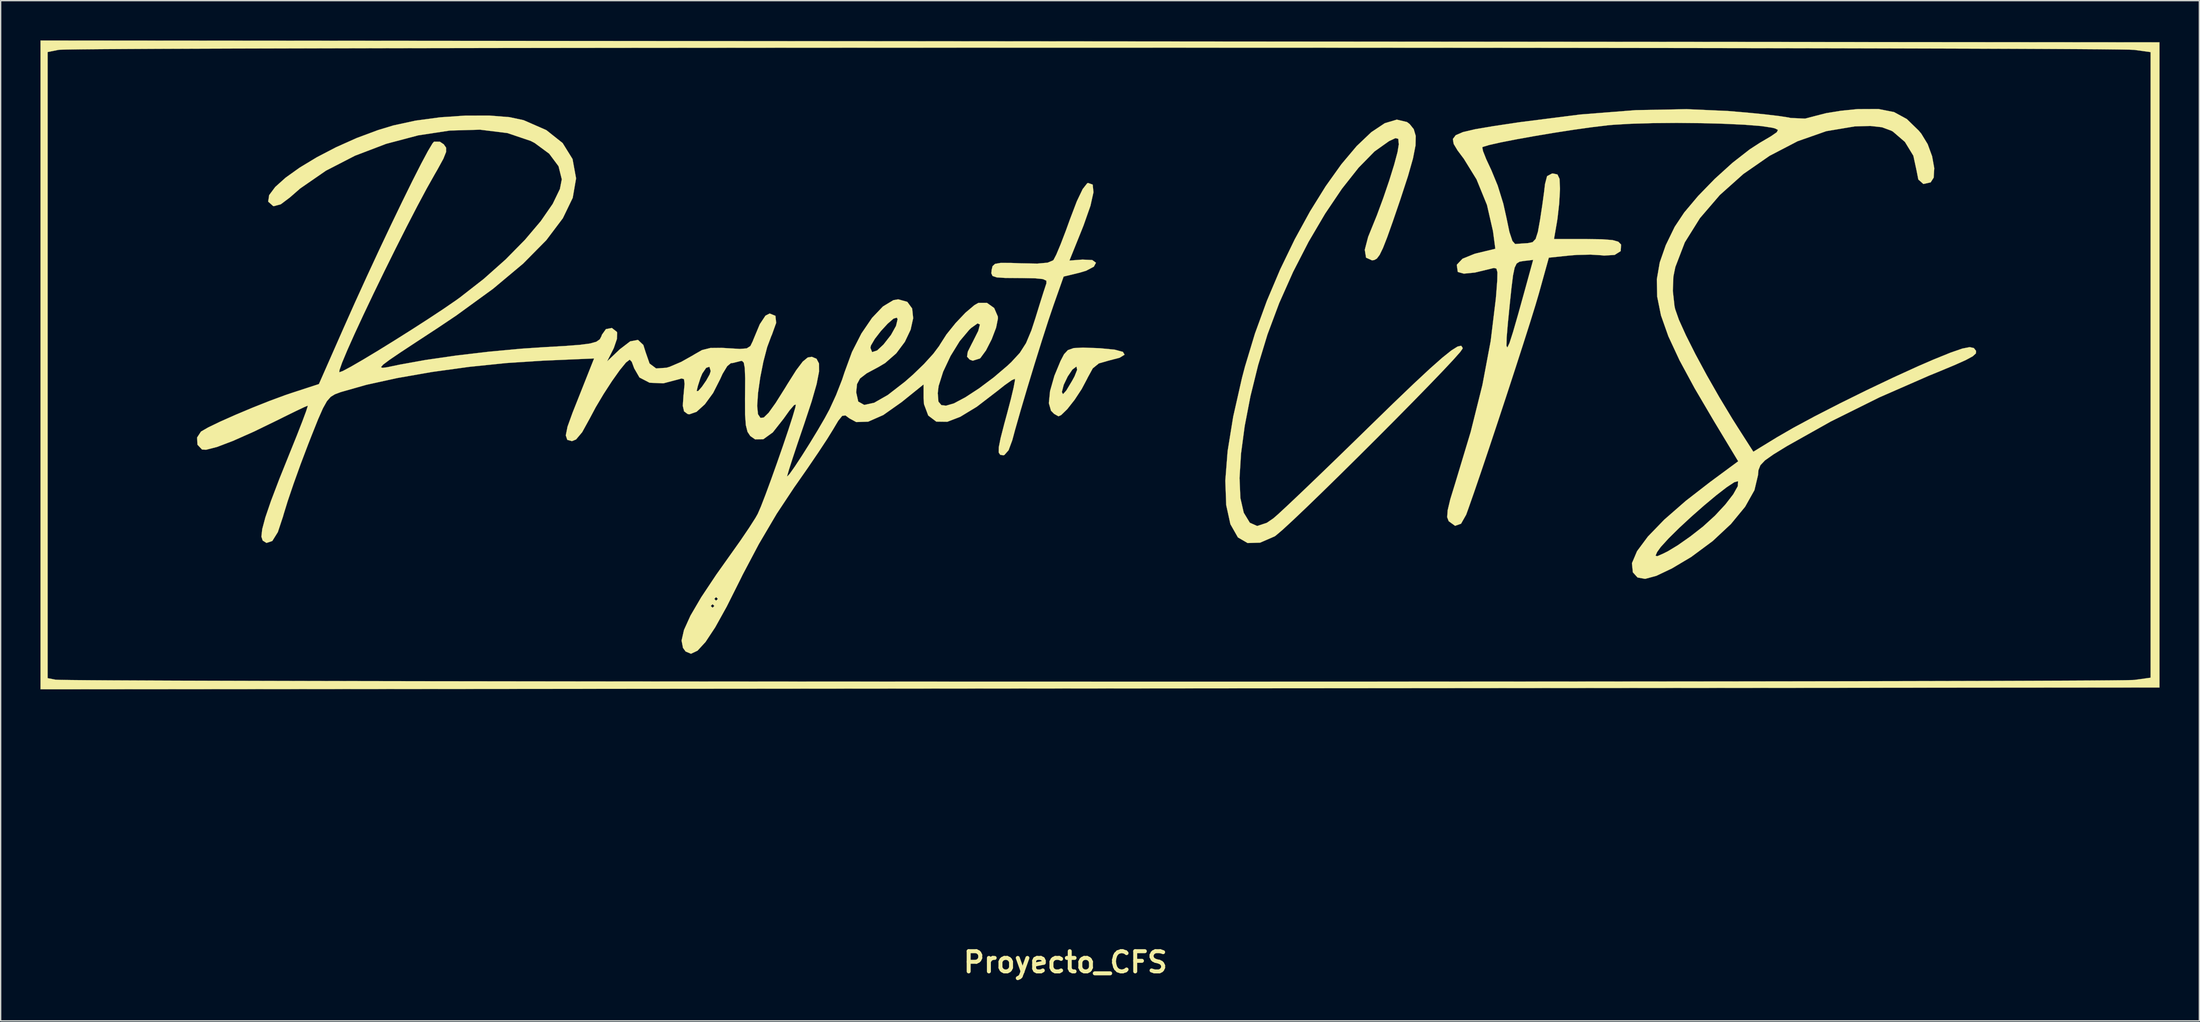
<source format=kicad_pcb>
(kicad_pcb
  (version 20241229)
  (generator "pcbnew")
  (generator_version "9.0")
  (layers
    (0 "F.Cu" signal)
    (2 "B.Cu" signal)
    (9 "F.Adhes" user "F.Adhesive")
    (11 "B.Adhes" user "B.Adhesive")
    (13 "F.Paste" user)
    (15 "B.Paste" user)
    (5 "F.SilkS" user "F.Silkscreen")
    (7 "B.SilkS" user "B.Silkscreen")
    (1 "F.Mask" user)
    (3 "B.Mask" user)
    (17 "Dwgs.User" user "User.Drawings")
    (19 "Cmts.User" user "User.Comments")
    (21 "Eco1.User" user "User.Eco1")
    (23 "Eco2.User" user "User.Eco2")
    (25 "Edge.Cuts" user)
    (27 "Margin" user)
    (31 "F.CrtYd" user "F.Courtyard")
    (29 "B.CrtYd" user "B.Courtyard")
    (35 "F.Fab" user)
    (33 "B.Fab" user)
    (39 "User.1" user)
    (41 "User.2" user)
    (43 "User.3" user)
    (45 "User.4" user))
  (footprint "Proyecto_CFS"
    (layer "F.Cu")
    (at 77.274 69.522)
    (property "Reference" "Proyecto_CFS" (at 0 0 0) (layer "F.SilkS") (effects (font (size 1.524 1.524) (thickness 0.3))))
    (attr through_hole)
    (fp_poly (pts (xy 2.422 -46.317) (xy 2.622 -46.308) (xy 3.717 -46.202) (xy 4.335 -46.033) (xy 4.463 -45.822) (xy 4.086 -45.591) (xy 3.261 -45.376) (xy 2.522 -45.165) (xy 2.063 -44.793) (xy 1.677 -44.089) (xy 1.653 -44.034) (xy 1.229 -43.234) (xy 0.692 -42.417) (xy 0.142 -41.719) (xy -0.319 -41.27) (xy -0.526 -41.175) (xy -0.85 -41.357) (xy -1.087 -41.596) (xy -1.25 -42.166) (xy -1.167 -42.993) (xy -0.263 -42.993) (xy -0.182 -42.844) (xy 0.068 -43.124) (xy 0.508 -43.859) (xy 0.685 -44.183) (xy 0.884 -44.684) (xy 0.834 -44.916) (xy 0.816 -44.918) (xy 0.525 -44.699) (xy 0.172 -44.175) (xy -0.128 -43.549) (xy -0.263 -43.021) (xy -0.263 -42.993) (xy -1.167 -42.993) (xy -1.158 -43.082) (xy -0.831 -44.234) (xy -0.367 -45.354) (xy -0.104 -45.858) (xy 0.184 -46.167) (xy 0.619 -46.32) (xy 1.324 -46.358) (xy 2.422 -46.317)) (stroke (width 0.01) (type solid)) (fill yes) (layer "F.SilkS"))
    (fp_poly (pts (xy 82.483 -69.382) (xy 82.483 -20.721) (xy -77.269 -20.586) (xy -77.269 -68.647) (xy -76.735 -68.647) (xy -76.735 -21.427) (xy -76.133 -21.311) (xy -75.8 -21.298) (xy -74.958 -21.285) (xy -73.632 -21.273) (xy -71.849 -21.261) (xy -69.634 -21.251) (xy -67.013 -21.24) (xy -64.012 -21.231) (xy -60.657 -21.222) (xy -56.972 -21.213) (xy -52.985 -21.205) (xy -48.72 -21.198) (xy -44.204 -21.192) (xy -39.462 -21.186) (xy -34.52 -21.18) (xy -29.404 -21.176) (xy -24.139 -21.172) (xy -18.751 -21.168) (xy -13.266 -21.166) (xy -7.71 -21.163) (xy -2.108 -21.162) (xy 3.513 -21.161) (xy 9.129 -21.161) (xy 14.713 -21.161) (xy 20.24 -21.163) (xy 25.683 -21.164) (xy 31.018 -21.167) (xy 36.218 -21.17) (xy 41.257 -21.174) (xy 46.111 -21.178) (xy 50.752 -21.183) (xy 55.156 -21.189) (xy 59.297 -21.196) (xy 63.148 -21.203) (xy 66.685 -21.211) (xy 69.881 -21.219) (xy 72.711 -21.229) (xy 75.148 -21.239) (xy 77.168 -21.249) (xy 78.744 -21.261) (xy 79.851 -21.273) (xy 80.463 -21.286) (xy 80.574 -21.292) (xy 81.815 -21.462) (xy 81.815 -68.641) (xy 80.574 -68.811) (xy 80.196 -68.827) (xy 79.31 -68.841) (xy 77.942 -68.856) (xy 76.12 -68.869) (xy 73.867 -68.881) (xy 71.21 -68.893) (xy 68.176 -68.904) (xy 64.789 -68.914) (xy 61.075 -68.924) (xy 57.06 -68.933) (xy 52.771 -68.941) (xy 48.232 -68.948) (xy 43.47 -68.954) (xy 38.51 -68.96) (xy 33.379 -68.965) (xy 28.102 -68.969) (xy 22.704 -68.972) (xy 17.212 -68.975) (xy 11.651 -68.976) (xy 6.048 -68.977) (xy 0.427 -68.978) (xy -5.185 -68.977) (xy -10.762 -68.976) (xy -16.279 -68.974) (xy -21.709 -68.971) (xy -27.028 -68.967) (xy -32.209 -68.963) (xy -37.226 -68.958) (xy -42.054 -68.952) (xy -46.667 -68.945) (xy -51.039 -68.938) (xy -55.144 -68.929) (xy -58.956 -68.92) (xy -62.45 -68.911) (xy -65.6 -68.9) (xy -68.38 -68.889) (xy -70.764 -68.876) (xy -72.727 -68.864) (xy -74.243 -68.85) (xy -75.285 -68.835) (xy -75.828 -68.82) (xy -75.899 -68.814) (xy -76.735 -68.647) (xy -77.269 -68.647) (xy -77.269 -69.517) (xy 82.483 -69.382)) (stroke (width 0.01) (type solid)) (fill yes) (layer "F.SilkS"))
    (fp_poly (pts (xy 25.749 -63.37) (xy 25.953 -63.216) (xy 26.262 -62.83) (xy 26.413 -62.317) (xy 26.396 -61.605) (xy 26.204 -60.62) (xy 25.826 -59.289) (xy 25.254 -57.539) (xy 25.241 -57.5) (xy 24.684 -55.871) (xy 24.261 -54.682) (xy 23.941 -53.865) (xy 23.691 -53.35) (xy 23.48 -53.07) (xy 23.275 -52.956) (xy 23.11 -52.939) (xy 22.665 -53.14) (xy 22.568 -53.733) (xy 22.821 -54.704) (xy 23.001 -55.15) (xy 23.481 -56.332) (xy 23.965 -57.643) (xy 24.413 -58.958) (xy 24.784 -60.153) (xy 25.038 -61.102) (xy 25.133 -61.682) (xy 25.133 -61.685) (xy 25.096 -62.1) (xy 24.884 -62.155) (xy 24.397 -61.928) (xy 23.305 -61.151) (xy 22.107 -59.931) (xy 20.85 -58.341) (xy 19.577 -56.453) (xy 18.333 -54.337) (xy 17.165 -52.065) (xy 16.116 -49.709) (xy 15.233 -47.346) (xy 14.524 -45.016) (xy 13.949 -42.686) (xy 13.516 -40.439) (xy 13.239 -38.356) (xy 13.127 -36.52) (xy 13.191 -35.013) (xy 13.442 -33.918) (xy 13.454 -33.889) (xy 13.903 -33.149) (xy 14.458 -32.903) (xy 15.18 -33.141) (xy 15.672 -33.476) (xy 16.046 -33.802) (xy 16.749 -34.454) (xy 17.731 -35.383) (xy 18.938 -36.539) (xy 20.321 -37.874) (xy 21.826 -39.337) (xy 22.805 -40.293) (xy 24.691 -42.13) (xy 26.233 -43.608) (xy 27.462 -44.753) (xy 28.407 -45.59) (xy 29.097 -46.143) (xy 29.564 -46.437) (xy 29.835 -46.498) (xy 29.941 -46.35) (xy 29.945 -46.282) (xy 29.762 -46.022) (xy 29.246 -45.441) (xy 28.449 -44.591) (xy 27.423 -43.523) (xy 26.218 -42.288) (xy 24.888 -40.939) (xy 23.482 -39.527) (xy 22.052 -38.102) (xy 20.651 -36.717) (xy 19.329 -35.423) (xy 18.138 -34.271) (xy 17.13 -33.314) (xy 16.356 -32.601) (xy 15.867 -32.186) (xy 15.775 -32.121) (xy 14.679 -31.645) (xy 13.734 -31.617) (xy 13.008 -32.039) (xy 13.001 -32.047) (xy 12.438 -33.038) (xy 12.123 -34.472) (xy 12.054 -36.321) (xy 12.229 -38.555) (xy 12.648 -41.144) (xy 13.309 -44.06) (xy 13.534 -44.918) (xy 14.288 -47.415) (xy 15.184 -49.875) (xy 16.193 -52.258) (xy 17.288 -54.522) (xy 18.44 -56.625) (xy 19.621 -58.526) (xy 20.804 -60.184) (xy 21.959 -61.556) (xy 23.06 -62.603) (xy 24.077 -63.281) (xy 24.983 -63.551) (xy 25.749 -63.37)) (stroke (width 0.01) (type solid)) (fill yes) (layer "F.SilkS"))
    (fp_poly (pts (xy 62.469 -64.121) (xy 63.435 -63.595) (xy 64.337 -62.718) (xy 64.527 -62.489) (xy 65.008 -61.7) (xy 65.344 -60.78) (xy 65.504 -59.886) (xy 65.459 -59.171) (xy 65.233 -58.818) (xy 64.683 -58.695) (xy 64.302 -59.032) (xy 64.167 -59.719) (xy 63.927 -60.827) (xy 63.291 -61.869) (xy 62.384 -62.649) (xy 62.26 -62.717) (xy 61.563 -62.974) (xy 60.683 -63.073) (xy 59.508 -63.039) (xy 57.363 -62.679) (xy 55.2 -61.92) (xy 53.091 -60.823) (xy 51.111 -59.45) (xy 49.336 -57.863) (xy 47.84 -56.123) (xy 46.697 -54.292) (xy 45.983 -52.433) (xy 45.837 -51.718) (xy 45.794 -50.638) (xy 45.921 -49.485) (xy 45.97 -49.259) (xy 46.254 -48.451) (xy 46.779 -47.289) (xy 47.494 -45.867) (xy 48.35 -44.279) (xy 49.296 -42.62) (xy 50.282 -40.984) (xy 50.71 -40.307) (xy 51.864 -38.504) (xy 53.652 -39.598) (xy 54.908 -40.323) (xy 56.533 -41.196) (xy 58.406 -42.156) (xy 60.403 -43.142) (xy 62.402 -44.094) (xy 64.28 -44.951) (xy 65.446 -45.456) (xy 66.735 -45.979) (xy 67.62 -46.285) (xy 68.176 -46.393) (xy 68.478 -46.326) (xy 68.507 -46.301) (xy 68.657 -46.106) (xy 68.643 -45.919) (xy 68.404 -45.701) (xy 67.877 -45.415) (xy 67 -45.023) (xy 65.712 -44.487) (xy 65.104 -44.239) (xy 61.371 -42.605) (xy 57.702 -40.783) (xy 54.395 -38.926) (xy 53.381 -38.303) (xy 52.745 -37.854) (xy 52.398 -37.489) (xy 52.25 -37.119) (xy 52.215 -36.732) (xy 51.947 -35.604) (xy 51.245 -34.354) (xy 50.173 -33.051) (xy 48.796 -31.765) (xy 47.179 -30.567) (xy 45.73 -29.705) (xy 44.548 -29.142) (xy 43.705 -28.915) (xy 43.134 -29.018) (xy 42.78 -29.408) (xy 42.71 -30.096) (xy 42.95 -30.662) (xy 44.492 -30.662) (xy 44.623 -30.625) (xy 45.093 -30.833) (xy 45.417 -30.996) (xy 46.165 -31.448) (xy 47.112 -32.112) (xy 48.054 -32.848) (xy 48.075 -32.865) (xy 48.967 -33.678) (xy 49.749 -34.519) (xy 50.349 -35.295) (xy 50.694 -35.91) (xy 50.712 -36.271) (xy 50.704 -36.28) (xy 50.428 -36.204) (xy 49.855 -35.826) (xy 49.07 -35.219) (xy 48.156 -34.456) (xy 47.196 -33.611) (xy 46.275 -32.758) (xy 45.477 -31.97) (xy 44.885 -31.32) (xy 44.608 -30.936) (xy 44.492 -30.662) (xy 42.95 -30.662) (xy 43.094 -31.003) (xy 43.912 -32.104) (xy 45.143 -33.377) (xy 46.765 -34.794) (xy 48.583 -36.204) (xy 50.721 -37.783) (xy 48.892 -40.816) (xy 47.44 -43.286) (xy 46.3 -45.395) (xy 45.457 -47.207) (xy 44.899 -48.787) (xy 44.614 -50.199) (xy 44.587 -51.508) (xy 44.806 -52.777) (xy 45.257 -54.072) (xy 45.929 -55.457) (xy 45.929 -55.459) (xy 46.648 -56.541) (xy 47.696 -57.788) (xy 48.95 -59.078) (xy 50.287 -60.291) (xy 51.585 -61.304) (xy 52.345 -61.797) (xy 53.195 -62.298) (xy 53.634 -62.602) (xy 53.717 -62.776) (xy 53.498 -62.886) (xy 53.279 -62.941) (xy 52.456 -63.065) (xy 51.212 -63.164) (xy 49.661 -63.237) (xy 47.917 -63.283) (xy 46.093 -63.3) (xy 44.304 -63.286) (xy 42.664 -63.239) (xy 41.285 -63.158) (xy 40.893 -63.122) (xy 39.713 -62.981) (xy 38.334 -62.788) (xy 36.857 -62.559) (xy 35.38 -62.312) (xy 34.003 -62.064) (xy 32.828 -61.834) (xy 31.953 -61.638) (xy 31.478 -61.494) (xy 31.43 -61.464) (xy 31.481 -61.186) (xy 31.726 -60.566) (xy 32.112 -59.738) (xy 32.119 -59.723) (xy 32.591 -58.575) (xy 33.012 -57.217) (xy 33.257 -56.121) (xy 33.474 -55.077) (xy 33.701 -54.398) (xy 33.907 -54.169) (xy 34.412 -54.206) (xy 34.867 -54.236) (xy 35.218 -54.308) (xy 35.449 -54.55) (xy 35.619 -55.081) (xy 35.788 -56.019) (xy 35.797 -56.081) (xy 35.957 -57.14) (xy 36.088 -58.101) (xy 36.156 -58.687) (xy 36.311 -59.287) (xy 36.686 -59.487) (xy 36.763 -59.489) (xy 37.096 -59.413) (xy 37.251 -59.091) (xy 37.286 -58.388) (xy 37.286 -58.286) (xy 37.227 -57.226) (xy 37.098 -56.084) (xy 37.055 -55.813) (xy 36.836 -54.543) (xy 39.281 -54.543) (xy 40.482 -54.527) (xy 41.248 -54.466) (xy 41.68 -54.345) (xy 41.877 -54.146) (xy 41.891 -54.115) (xy 41.864 -53.634) (xy 41.408 -53.346) (xy 40.606 -53.296) (xy 40.392 -53.321) (xy 39.592 -53.369) (xy 38.557 -53.345) (xy 37.961 -53.297) (xy 36.446 -53.139) (xy 35.694 -50.432) (xy 35.432 -49.543) (xy 35.028 -48.241) (xy 34.512 -46.62) (xy 33.916 -44.773) (xy 33.271 -42.795) (xy 32.606 -40.778) (xy 31.954 -38.816) (xy 31.344 -37.003) (xy 30.807 -35.432) (xy 30.374 -34.197) (xy 30.214 -33.755) (xy 29.828 -33.075) (xy 29.378 -32.915) (xy 28.896 -33.263) (xy 28.781 -33.564) (xy 28.816 -34.084) (xy 29.015 -34.918) (xy 29.39 -36.138) (xy 30.555 -40.003) (xy 31.437 -43.538) (xy 31.994 -46.499) (xy 33.25 -46.499) (xy 33.317 -46.36) (xy 33.48 -46.704) (xy 33.748 -47.54) (xy 34.133 -48.876) (xy 34.616 -50.616) (xy 35.264 -52.972) (xy 34.546 -52.888) (xy 34.236 -52.835) (xy 34.02 -52.699) (xy 33.868 -52.386) (xy 33.747 -51.805) (xy 33.629 -50.862) (xy 33.51 -49.731) (xy 33.357 -48.193) (xy 33.266 -47.113) (xy 33.25 -46.499) (xy 31.994 -46.499) (xy 32.061 -46.854) (xy 32.45 -50.059) (xy 32.476 -50.367) (xy 32.556 -51.415) (xy 32.57 -52.03) (xy 32.494 -52.313) (xy 32.305 -52.363) (xy 32.032 -52.295) (xy 30.875 -52.016) (xy 30.036 -51.934) (xy 29.598 -52.056) (xy 29.577 -52.083) (xy 29.505 -52.603) (xy 29.937 -53.06) (xy 30.845 -53.429) (xy 31.065 -53.486) (xy 32.411 -53.809) (xy 32.236 -55.134) (xy 31.781 -57.118) (xy 30.994 -59.046) (xy 30.038 -60.595) (xy 29.563 -61.229) (xy 29.27 -61.716) (xy 29.208 -62.087) (xy 29.425 -62.375) (xy 29.971 -62.611) (xy 30.895 -62.828) (xy 32.245 -63.057) (xy 34.071 -63.331) (xy 34.251 -63.358) (xy 38.831 -63.939) (xy 43.004 -64.266) (xy 46.834 -64.34) (xy 49.931 -64.203) (xy 51.396 -64.08) (xy 52.732 -63.948) (xy 53.817 -63.82) (xy 54.532 -63.709) (xy 54.677 -63.675) (xy 55.765 -63.627) (xy 56.548 -63.832) (xy 57.347 -64.037) (xy 58.455 -64.217) (xy 59.644 -64.338) (xy 59.757 -64.345) (xy 61.292 -64.352) (xy 62.469 -64.121)) (stroke (width 0.01) (type solid)) (fill yes) (layer "F.SilkS"))
    (fp_poly (pts (xy -41.903 -63.735) (xy -40.847 -63.509) (xy -39.135 -62.76) (xy -37.906 -61.784) (xy -37.159 -60.58) (xy -36.897 -59.151) (xy -36.897 -59.088) (xy -37.144 -57.655) (xy -37.889 -56.113) (xy -39.136 -54.459) (xy -40.888 -52.687) (xy -43.148 -50.795) (xy -45.922 -48.778) (xy -47.324 -47.837) (xy -48.934 -46.783) (xy -50.133 -45.993) (xy -50.955 -45.435) (xy -51.434 -45.077) (xy -51.603 -44.885) (xy -51.497 -44.829) (xy -51.149 -44.873) (xy -50.594 -44.988) (xy -50.195 -45.072) (xy -48.24 -45.425) (xy -45.935 -45.758) (xy -43.464 -46.049) (xy -41.01 -46.276) (xy -39.303 -46.39) (xy -37.72 -46.48) (xy -36.59 -46.567) (xy -35.831 -46.668) (xy -35.364 -46.799) (xy -35.106 -46.98) (xy -34.976 -47.226) (xy -34.949 -47.321) (xy -34.644 -47.75) (xy -34.193 -47.837) (xy -33.825 -47.55) (xy -33.794 -47.482) (xy -33.812 -47.01) (xy -34.042 -46.336) (xy -34.101 -46.212) (xy -34.553 -45.319) (xy -33.604 -46.223) (xy -32.815 -46.827) (xy -32.224 -46.938) (xy -31.821 -46.555) (xy -31.646 -46) (xy -31.351 -45.155) (xy -30.855 -44.784) (xy -30.077 -44.838) (xy -29.835 -44.91) (xy -28.96 -45.283) (xy -28.08 -45.777) (xy -28.009 -45.824) (xy -27.399 -46.171) (xy -26.768 -46.329) (xy -25.904 -46.338) (xy -25.461 -46.311) (xy -24.551 -46.258) (xy -24.029 -46.297) (xy -23.75 -46.476) (xy -23.57 -46.846) (xy -23.528 -46.958) (xy -23.043 -48.119) (xy -22.613 -48.768) (xy -22.296 -48.928) (xy -21.863 -48.754) (xy -21.807 -48.222) (xy -22.129 -47.322) (xy -22.175 -47.224) (xy -22.484 -46.397) (xy -22.77 -45.304) (xy -23.009 -44.098) (xy -23.174 -42.934) (xy -23.239 -41.965) (xy -23.179 -41.347) (xy -23.172 -41.327) (xy -22.995 -41.059) (xy -22.744 -41.082) (xy -22.377 -41.44) (xy -21.851 -42.175) (xy -21.124 -43.33) (xy -20.963 -43.596) (xy -20.296 -44.652) (xy -19.806 -45.3) (xy -19.428 -45.612) (xy -19.124 -45.664) (xy -18.765 -45.516) (xy -18.579 -45.161) (xy -18.575 -44.542) (xy -18.758 -43.603) (xy -19.135 -42.288) (xy -19.713 -40.54) (xy -19.748 -40.439) (xy -20.198 -39.117) (xy -20.571 -37.994) (xy -20.839 -37.158) (xy -20.973 -36.694) (xy -20.981 -36.629) (xy -20.784 -36.842) (xy -20.386 -37.408) (xy -19.855 -38.218) (xy -19.259 -39.164) (xy -18.667 -40.137) (xy -18.147 -41.03) (xy -17.79 -41.69) (xy -17.294 -42.77) (xy -16.841 -43.927) (xy -16.652 -44.497) (xy -16.091 -46.028) (xy -15.93 -46.344) (xy -14.705 -46.344) (xy -14.573 -46.017) (xy -14.198 -46.14) (xy -13.716 -46.589) (xy -13.149 -47.314) (xy -12.771 -47.995) (xy -12.653 -48.491) (xy -12.705 -48.617) (xy -12.961 -48.541) (xy -13.403 -48.158) (xy -13.913 -47.604) (xy -14.371 -47.013) (xy -14.661 -46.518) (xy -14.705 -46.344) (xy -15.93 -46.344) (xy -15.38 -47.422) (xy -14.582 -48.594) (xy -13.759 -49.459) (xy -12.973 -49.934) (xy -12.61 -49.998) (xy -11.922 -49.809) (xy -11.553 -49.304) (xy -11.478 -48.572) (xy -11.671 -47.704) (xy -12.105 -46.791) (xy -12.754 -45.923) (xy -13.591 -45.191) (xy -14.088 -44.896) (xy -14.978 -44.419) (xy -15.484 -44.029) (xy -15.712 -43.605) (xy -15.77 -43.025) (xy -15.771 -42.971) (xy -15.619 -42.288) (xy -15.164 -42.032) (xy -14.418 -42.197) (xy -13.394 -42.781) (xy -12.107 -43.778) (xy -11.486 -44.323) (xy -10.662 -45.12) (xy -9.959 -45.893) (xy -9.509 -46.494) (xy -9.468 -46.569) (xy -8.967 -47.352) (xy -8.278 -48.208) (xy -7.534 -48.991) (xy -6.866 -49.556) (xy -6.559 -49.731) (xy -5.916 -49.732) (xy -5.37 -49.341) (xy -5.094 -48.699) (xy -5.086 -48.553) (xy -5.224 -47.863) (xy -5.558 -46.985) (xy -5.987 -46.146) (xy -6.406 -45.574) (xy -6.45 -45.535) (xy -6.987 -45.367) (xy -7.219 -45.453) (xy -7.418 -45.674) (xy -7.363 -46.044) (xy -7.032 -46.704) (xy -7.009 -46.744) (xy -6.573 -47.614) (xy -6.445 -48.099) (xy -6.623 -48.182) (xy -7.101 -47.841) (xy -7.244 -47.708) (xy -7.972 -46.842) (xy -8.66 -45.724) (xy -9.22 -44.535) (xy -9.562 -43.452) (xy -9.625 -42.92) (xy -9.574 -42.282) (xy -9.351 -42.019) (xy -9.001 -41.977) (xy -8.412 -42.147) (xy -7.544 -42.608) (xy -6.507 -43.285) (xy -5.412 -44.104) (xy -4.371 -44.991) (xy -4.076 -45.268) (xy -3.44 -45.958) (xy -2.969 -46.694) (xy -2.567 -47.652) (xy -2.262 -48.587) (xy -1.936 -49.643) (xy -1.656 -50.531) (xy -1.468 -51.104) (xy -1.433 -51.204) (xy -1.437 -51.403) (xy -1.696 -51.524) (xy -2.301 -51.584) (xy -3.341 -51.602) (xy -3.466 -51.602) (xy -4.54 -51.61) (xy -5.182 -51.652) (xy -5.497 -51.759) (xy -5.586 -51.959) (xy -5.566 -52.204) (xy -5.494 -52.5) (xy -5.304 -52.672) (xy -4.885 -52.745) (xy -4.125 -52.744) (xy -3.329 -52.714) (xy -2.115 -52.693) (xy -1.346 -52.762) (xy -0.94 -52.93) (xy -0.891 -52.981) (xy -0.687 -53.373) (xy -0.362 -54.148) (xy 0.034 -55.181) (xy 0.335 -56.014) (xy 0.859 -57.391) (xy 1.299 -58.311) (xy 1.639 -58.745) (xy 1.707 -58.774) (xy 2.056 -58.649) (xy 2.116 -58.075) (xy 1.889 -57.053) (xy 1.372 -55.582) (xy 1.22 -55.198) (xy 0.302 -52.92) (xy 1.287 -52.996) (xy 2.024 -52.961) (xy 2.304 -52.757) (xy 2.144 -52.461) (xy 1.56 -52.152) (xy 1.069 -52.005) (xy -0.134 -51.714) (xy -0.886 -49.586) (xy -1.287 -48.403) (xy -1.783 -46.86) (xy -2.329 -45.11) (xy -2.878 -43.305) (xy -3.383 -41.597) (xy -3.798 -40.141) (xy -4.005 -39.37) (xy -4.285 -38.615) (xy -4.608 -38.251) (xy -4.689 -38.234) (xy -4.918 -38.273) (xy -5.033 -38.448) (xy -5.024 -38.84) (xy -4.886 -39.533) (xy -4.609 -40.611) (xy -4.394 -41.403) (xy -4.111 -42.48) (xy -3.906 -43.345) (xy -3.806 -43.884) (xy -3.807 -44.002) (xy -4.047 -43.898) (xy -4.571 -43.529) (xy -5.172 -43.054) (xy -6.683 -41.894) (xy -7.933 -41.135) (xy -8.901 -40.763) (xy -9.736 -40.774) (xy -10.343 -41.234) (xy -10.661 -42.083) (xy -10.695 -42.552) (xy -10.695 -43.579) (xy -12.349 -42.246) (xy -13.731 -41.271) (xy -14.87 -40.77) (xy -15.771 -40.74) (xy -16.288 -41.021) (xy -16.586 -41.243) (xy -16.831 -41.206) (xy -17.129 -40.835) (xy -17.516 -40.184) (xy -17.95 -39.482) (xy -18.614 -38.472) (xy -19.423 -37.282) (xy -20.292 -36.037) (xy -20.441 -35.827) (xy -21.764 -33.829) (xy -23.107 -31.549) (xy -24.337 -29.221) (xy -24.506 -28.876) (xy -25.534 -26.825) (xy -26.403 -25.26) (xy -27.131 -24.158) (xy -27.734 -23.501) (xy -28.229 -23.267) (xy -28.633 -23.436) (xy -28.832 -23.709) (xy -28.94 -24.263) (xy -28.757 -25.063) (xy -28.269 -26.141) (xy -27.842 -26.871) (xy -26.737 -26.871) (xy -26.603 -26.737) (xy -26.469 -26.871) (xy -26.603 -27.004) (xy -26.737 -26.871) (xy -27.842 -26.871) (xy -27.53 -27.405) (xy -26.469 -27.405) (xy -26.336 -27.272) (xy -26.202 -27.405) (xy -26.336 -27.539) (xy -26.469 -27.405) (xy -27.53 -27.405) (xy -27.46 -27.525) (xy -26.313 -29.248) (xy -25.248 -30.747) (xy -24.51 -31.788) (xy -23.854 -32.755) (xy -23.37 -33.512) (xy -23.195 -33.822) (xy -22.958 -34.368) (xy -22.612 -35.263) (xy -22.194 -36.397) (xy -21.743 -37.661) (xy -21.296 -38.944) (xy -20.893 -40.137) (xy -20.572 -41.131) (xy -20.37 -41.816) (xy -20.32 -42.06) (xy -20.452 -42.024) (xy -20.796 -41.624) (xy -21.249 -40.991) (xy -22.061 -39.962) (xy -22.772 -39.448) (xy -23.398 -39.438) (xy -23.759 -39.689) (xy -23.967 -40.003) (xy -24.094 -40.508) (xy -24.153 -41.31) (xy -24.158 -42.517) (xy -24.154 -42.811) (xy -24.146 -44.038) (xy -24.174 -44.815) (xy -24.252 -45.228) (xy -24.39 -45.36) (xy -24.511 -45.338) (xy -25.061 -45.198) (xy -25.221 -45.184) (xy -25.496 -44.957) (xy -25.846 -44.381) (xy -26.028 -43.981) (xy -26.56 -42.934) (xy -27.184 -42.08) (xy -27.813 -41.511) (xy -28.359 -41.322) (xy -28.482 -41.348) (xy -28.752 -41.549) (xy -28.847 -41.967) (xy -28.795 -42.748) (xy -28.784 -42.845) (xy -28.763 -43.073) (xy -27.8 -43.073) (xy -27.679 -43.087) (xy -27.402 -43.407) (xy -27.08 -43.874) (xy -26.825 -44.33) (xy -26.743 -44.584) (xy -26.839 -44.912) (xy -27.084 -44.83) (xy -27.377 -44.402) (xy -27.513 -44.076) (xy -27.712 -43.456) (xy -27.8 -43.085) (xy -27.8 -43.073) (xy -28.763 -43.073) (xy -28.712 -43.62) (xy -28.756 -43.978) (xy -28.946 -44.031) (xy -29.086 -43.984) (xy -30.315 -43.661) (xy -31.352 -43.707) (xy -32.114 -44.103) (xy -32.511 -44.792) (xy -32.694 -45.286) (xy -32.848 -45.449) (xy -33.131 -45.23) (xy -33.602 -44.653) (xy -34.188 -43.827) (xy -34.815 -42.86) (xy -35.41 -41.861) (xy -35.864 -41.008) (xy -36.431 -39.979) (xy -36.894 -39.428) (xy -37.201 -39.303) (xy -37.556 -39.4) (xy -37.669 -39.739) (xy -37.537 -40.398) (xy -37.157 -41.451) (xy -37.138 -41.499) (xy -36.7 -42.601) (xy -36.238 -43.766) (xy -36.056 -44.225) (xy -35.535 -45.537) (xy -39.395 -45.37) (xy -42.132 -45.193) (xy -44.953 -44.904) (xy -47.735 -44.521) (xy -50.355 -44.064) (xy -52.689 -43.553) (xy -54.616 -43.006) (xy -54.657 -42.992) (xy -55.068 -42.84) (xy -55.39 -42.643) (xy -55.675 -42.318) (xy -55.975 -41.783) (xy -56.341 -40.954) (xy -56.823 -39.747) (xy -57.102 -39.036) (xy -57.661 -37.561) (xy -58.19 -36.089) (xy -58.636 -34.773) (xy -58.945 -33.769) (xy -58.982 -33.631) (xy -59.376 -32.442) (xy -59.795 -31.771) (xy -60.234 -31.624) (xy -60.52 -31.805) (xy -60.618 -32.101) (xy -60.554 -32.67) (xy -60.317 -33.556) (xy -59.892 -34.799) (xy -59.267 -36.442) (xy -58.444 -38.49) (xy -57.941 -39.738) (xy -57.531 -40.789) (xy -57.247 -41.553) (xy -57.123 -41.944) (xy -57.124 -41.977) (xy -57.394 -41.865) (xy -58.024 -41.566) (xy -58.9 -41.136) (xy -59.295 -40.938) (xy -61.19 -40.017) (xy -62.76 -39.32) (xy -63.968 -38.861) (xy -64.779 -38.654) (xy -65.09 -38.666) (xy -65.44 -39.036) (xy -65.462 -39.581) (xy -65.171 -40.024) (xy -64.646 -40.328) (xy -63.743 -40.765) (xy -62.585 -41.28) (xy -61.296 -41.822) (xy -59.999 -42.337) (xy -58.819 -42.773) (xy -58.349 -42.932) (xy -56.281 -43.607) (xy -54.432 -47.805) (xy -53.565 -49.75) (xy -52.657 -51.741) (xy -51.741 -53.716) (xy -50.844 -55.612) (xy -49.998 -57.368) (xy -49.233 -58.923) (xy -48.578 -60.213) (xy -48.063 -61.177) (xy -47.719 -61.753) (xy -47.605 -61.887) (xy -47.166 -61.888) (xy -46.869 -61.689) (xy -46.693 -61.438) (xy -46.692 -61.111) (xy -46.898 -60.596) (xy -47.347 -59.777) (xy -47.536 -59.451) (xy -48.148 -58.363) (xy -48.867 -57.018) (xy -49.661 -55.483) (xy -50.497 -53.829) (xy -51.341 -52.124) (xy -52.161 -50.435) (xy -52.923 -48.832) (xy -53.595 -47.383) (xy -54.142 -46.157) (xy -54.533 -45.222) (xy -54.734 -44.647) (xy -54.746 -44.496) (xy -54.487 -44.587) (xy -53.862 -44.921) (xy -52.949 -45.45) (xy -51.83 -46.123) (xy -50.585 -46.893) (xy -49.292 -47.708) (xy -48.033 -48.519) (xy -46.887 -49.276) (xy -45.934 -49.931) (xy -45.655 -50.132) (xy -43.859 -51.533) (xy -42.209 -53.001) (xy -40.756 -54.476) (xy -39.554 -55.895) (xy -38.654 -57.197) (xy -38.111 -58.322) (xy -37.969 -59.048) (xy -38.216 -60.038) (xy -38.92 -60.981) (xy -40.008 -61.784) (xy -40.304 -61.94) (xy -42.068 -62.536) (xy -44.132 -62.791) (xy -46.405 -62.726) (xy -48.796 -62.363) (xy -51.211 -61.724) (xy -53.56 -60.829) (xy -55.75 -59.7) (xy -57.69 -58.36) (xy -58.469 -57.681) (xy -59.151 -57.167) (xy -59.675 -57.023) (xy -59.739 -57.039) (xy -60.106 -57.366) (xy -60.032 -57.856) (xy -59.573 -58.473) (xy -58.784 -59.179) (xy -57.721 -59.938) (xy -56.438 -60.713) (xy -54.991 -61.466) (xy -53.436 -62.162) (xy -51.827 -62.761) (xy -50.666 -63.113) (xy -48.993 -63.476) (xy -47.137 -63.725) (xy -45.241 -63.855) (xy -43.449 -63.86) (xy -41.903 -63.735)) (stroke (width 0.01) (type solid)) (fill yes) (layer "F.SilkS")))
  (gr_rect
    (start -3 -3)
    (end 162.763 73.94)
    (stroke (width 0.1) (type default))
    (fill no)
    (layer "Edge.Cuts")))
</source>
